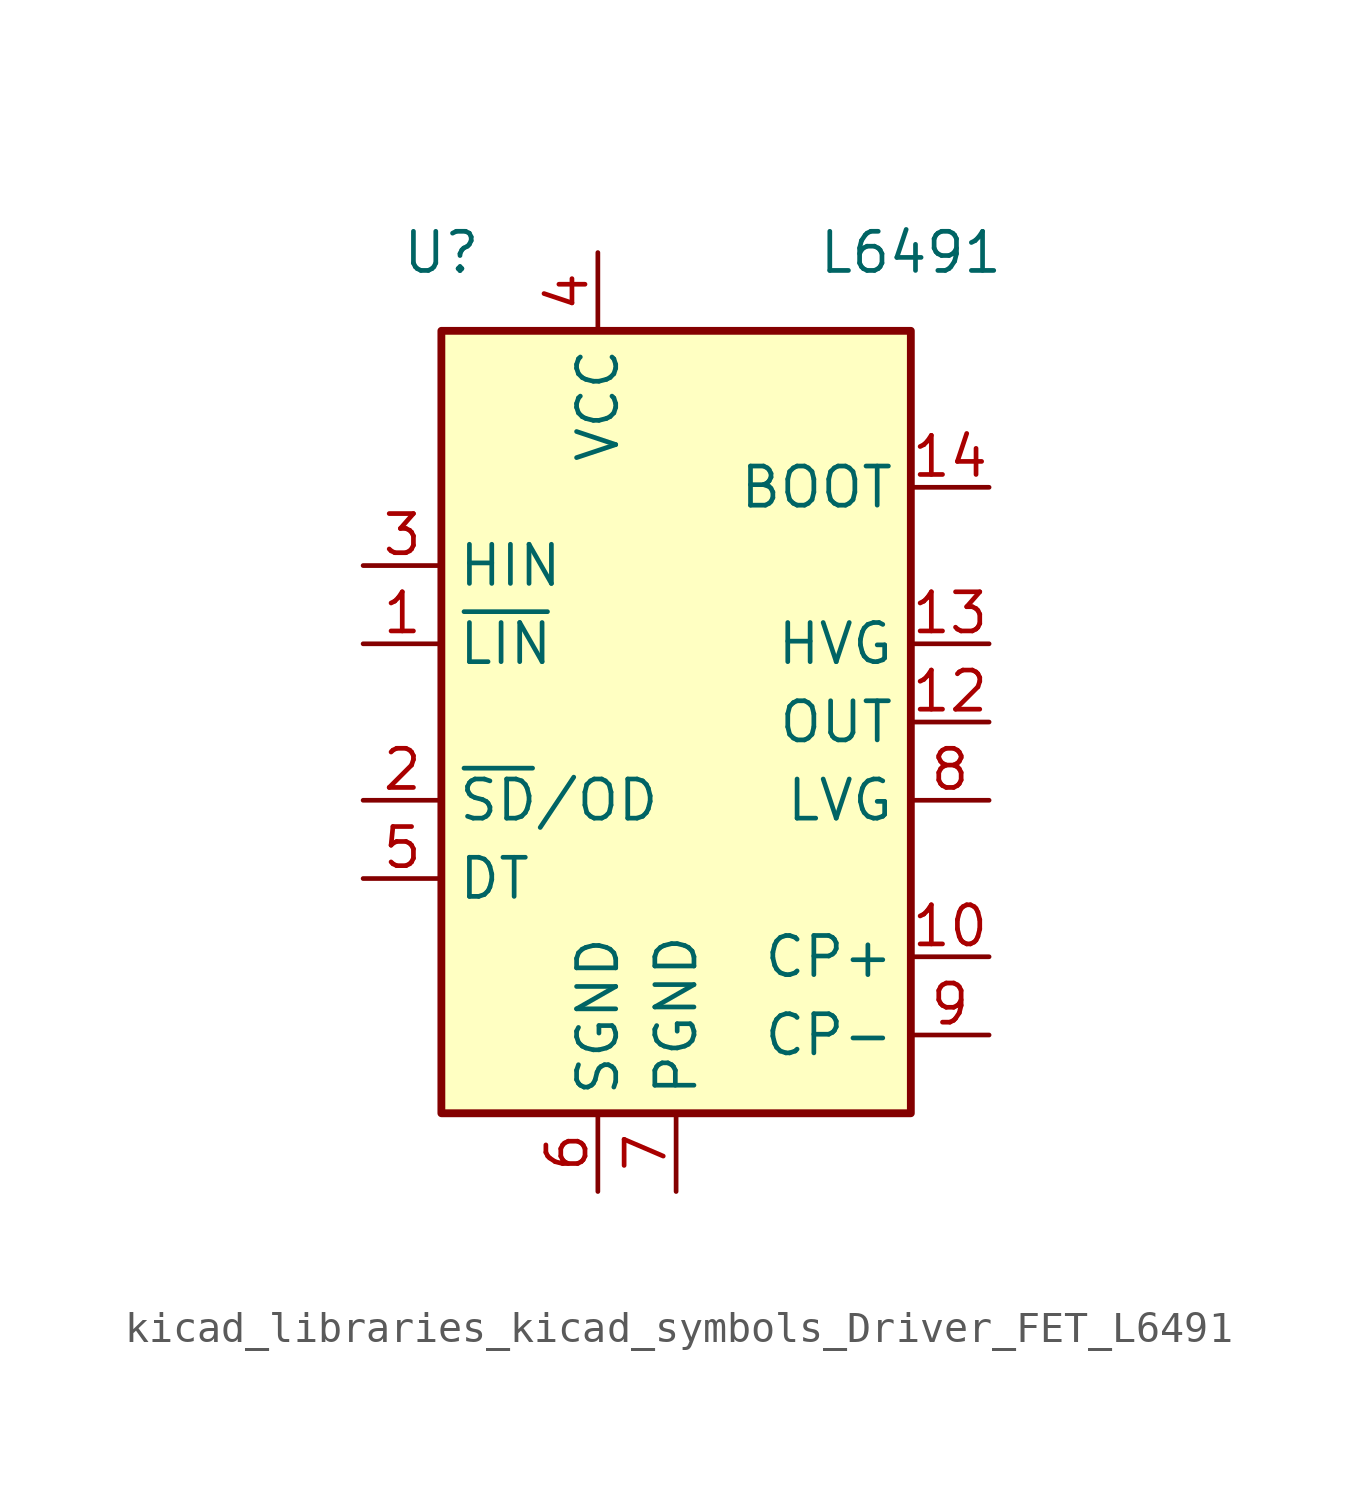
<source format=kicad_sym>
(kicad_symbol_lib
  (version 20220914)
  (generator kicad_symbol_editor)
  (symbol "kicad_libraries_kicad_symbols_Driver_FET_L6491"
    (property "Reference" "U"
      (at -7.62 15.24 0)
      (effects (font (size 1.27 1.27))))
    (property "Value" "L6491"
      (at 7.62 15.24 0)
      (effects (font (size 1.27 1.27))))
    (symbol "kicad_libraries_kicad_symbols_Driver_FET_L6491_0_1"
      (rectangle (start -7.62 -12.7) (end 7.62 12.7) (stroke (width 0.254) (type default)) (fill (type background))))
    (symbol "kicad_libraries_kicad_symbols_Driver_FET_L6491_1_1"
      (pin input line (at -10.16 2.54 0) (length 2.54) (name "~{LIN}" (effects (font (size 1.27 1.27)))) (number "1" (effects (font (size 1.27 1.27)))))
      (pin input line (at 10.16 -7.62 180) (length 2.54) (name "CP+" (effects (font (size 1.27 1.27)))) (number "10" (effects (font (size 1.27 1.27)))))
      (pin no_connect line (at 7.62 -5.08 180) (length 2.54) hide (name "NC" (effects (font (size 1.27 1.27)))) (number "11" (effects (font (size 1.27 1.27)))))
      (pin input line (at 10.16 0 180) (length 2.54) (name "OUT" (effects (font (size 1.27 1.27)))) (number "12" (effects (font (size 1.27 1.27)))))
      (pin output line (at 10.16 2.54 180) (length 2.54) (name "HVG" (effects (font (size 1.27 1.27)))) (number "13" (effects (font (size 1.27 1.27)))))
      (pin passive line (at 10.16 7.62 180) (length 2.54) (name "BOOT" (effects (font (size 1.27 1.27)))) (number "14" (effects (font (size 1.27 1.27)))))
      (pin input line (at -10.16 -2.54 0) (length 2.54) (name "~{SD}/OD" (effects (font (size 1.27 1.27)))) (number "2" (effects (font (size 1.27 1.27)))))
      (pin input line (at -10.16 5.08 0) (length 2.54) (name "HIN" (effects (font (size 1.27 1.27)))) (number "3" (effects (font (size 1.27 1.27)))))
      (pin power_in line (at -2.54 15.24 270) (length 2.54) (name "VCC" (effects (font (size 1.27 1.27)))) (number "4" (effects (font (size 1.27 1.27)))))
      (pin input line (at -10.16 -5.08 0) (length 2.54) (name "DT" (effects (font (size 1.27 1.27)))) (number "5" (effects (font (size 1.27 1.27)))))
      (pin power_in line (at -2.54 -15.24 90) (length 2.54) (name "SGND" (effects (font (size 1.27 1.27)))) (number "6" (effects (font (size 1.27 1.27)))))
      (pin power_in line (at 0 -15.24 90) (length 2.54) (name "PGND" (effects (font (size 1.27 1.27)))) (number "7" (effects (font (size 1.27 1.27)))))
      (pin output line (at 10.16 -2.54 180) (length 2.54) (name "LVG" (effects (font (size 1.27 1.27)))) (number "8" (effects (font (size 1.27 1.27)))))
      (pin input line (at 10.16 -10.16 180) (length 2.54) (name "CP-" (effects (font (size 1.27 1.27)))) (number "9" (effects (font (size 1.27 1.27))))))))
</source>
